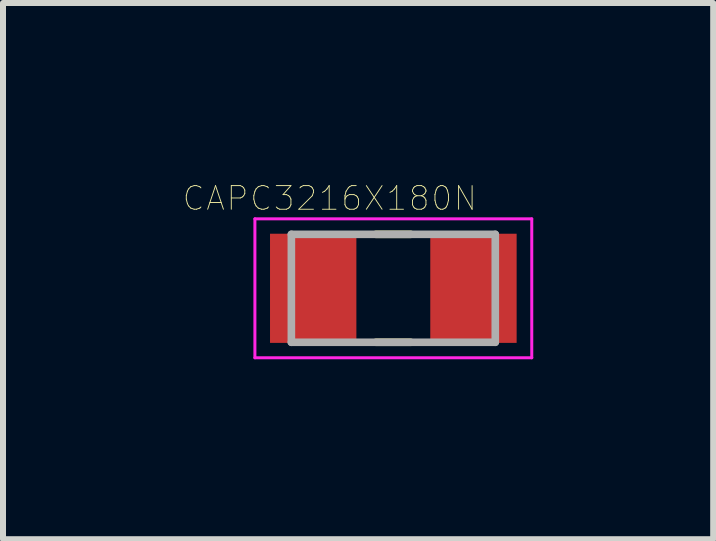
<source format=kicad_pcb>
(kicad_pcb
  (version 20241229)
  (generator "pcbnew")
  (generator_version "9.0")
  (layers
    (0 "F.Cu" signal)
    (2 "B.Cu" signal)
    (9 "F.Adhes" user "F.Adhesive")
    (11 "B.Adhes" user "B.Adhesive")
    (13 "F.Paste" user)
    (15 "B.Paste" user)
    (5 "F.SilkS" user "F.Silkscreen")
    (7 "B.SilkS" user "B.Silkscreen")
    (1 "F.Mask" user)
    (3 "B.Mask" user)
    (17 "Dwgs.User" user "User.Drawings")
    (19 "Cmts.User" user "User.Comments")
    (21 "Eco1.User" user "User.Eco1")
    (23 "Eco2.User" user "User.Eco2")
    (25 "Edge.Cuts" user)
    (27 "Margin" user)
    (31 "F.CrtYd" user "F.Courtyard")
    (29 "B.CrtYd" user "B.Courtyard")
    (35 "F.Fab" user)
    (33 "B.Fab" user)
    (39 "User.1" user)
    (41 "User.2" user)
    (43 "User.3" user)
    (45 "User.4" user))
  (footprint "CAPC3216X180N"
    (layer "F.Cu")
    (at 3.508 1.757)
    (property "Reference" "CAPC3216X180N" (at -1.06 -1.5 0) (layer "F.SilkS") (effects (font (size 0.394 0.394) (thickness 0.015))))
    (attr through_hole)
    (fp_line (start -0.29 -0.9) (end 0.29 -0.9) (stroke (width 0.127) (type solid)) (layer "F.SilkS"))
    (fp_line (start -0.29 0.9) (end 0.29 0.9) (stroke (width 0.127) (type solid)) (layer "F.SilkS"))
    (fp_line (start -2.308 -1.158) (end 2.308 -1.158) (stroke (width 0.05) (type solid)) (layer "F.CrtYd"))
    (fp_line (start -2.308 1.158) (end -2.308 -1.158) (stroke (width 0.05) (type solid)) (layer "F.CrtYd"))
    (fp_line (start -2.308 1.158) (end 2.308 1.158) (stroke (width 0.05) (type solid)) (layer "F.CrtYd"))
    (fp_line (start 2.308 1.158) (end 2.308 -1.158) (stroke (width 0.05) (type solid)) (layer "F.CrtYd"))
    (fp_line (start -1.7 0.9) (end -1.7 -0.9) (stroke (width 0.127) (type solid)) (layer "F.Fab"))
    (fp_line (start 1.7 -0.9) (end -1.7 -0.9) (stroke (width 0.127) (type solid)) (layer "F.Fab"))
    (fp_line (start 1.7 0.9) (end -1.7 0.9) (stroke (width 0.127) (type solid)) (layer "F.Fab"))
    (fp_line (start 1.7 0.9) (end 1.7 -0.9) (stroke (width 0.127) (type solid)) (layer "F.Fab"))
    (pad "1" smd rect (at -1.336 0) (size 1.44 1.82) (layers "F.Cu" "F.Mask" "F.Paste"))
    (pad "2" smd rect (at 1.336 0) (size 1.44 1.82) (layers "F.Cu" "F.Mask" "F.Paste")))
  (gr_rect
    (start -3 -3)
    (end 8.841 5.94)
    (stroke (width 0.1) (type default))
    (fill no)
    (layer "Edge.Cuts")))
</source>
